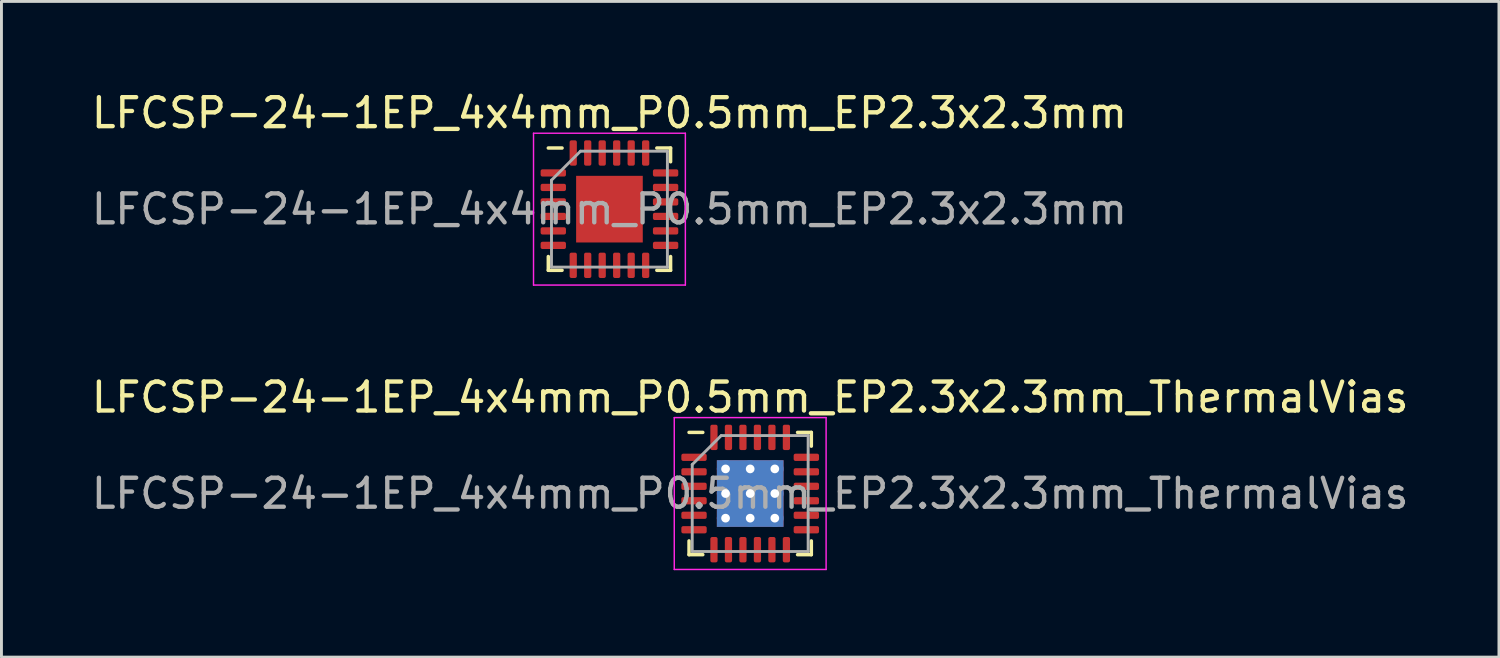
<source format=kicad_pcb>
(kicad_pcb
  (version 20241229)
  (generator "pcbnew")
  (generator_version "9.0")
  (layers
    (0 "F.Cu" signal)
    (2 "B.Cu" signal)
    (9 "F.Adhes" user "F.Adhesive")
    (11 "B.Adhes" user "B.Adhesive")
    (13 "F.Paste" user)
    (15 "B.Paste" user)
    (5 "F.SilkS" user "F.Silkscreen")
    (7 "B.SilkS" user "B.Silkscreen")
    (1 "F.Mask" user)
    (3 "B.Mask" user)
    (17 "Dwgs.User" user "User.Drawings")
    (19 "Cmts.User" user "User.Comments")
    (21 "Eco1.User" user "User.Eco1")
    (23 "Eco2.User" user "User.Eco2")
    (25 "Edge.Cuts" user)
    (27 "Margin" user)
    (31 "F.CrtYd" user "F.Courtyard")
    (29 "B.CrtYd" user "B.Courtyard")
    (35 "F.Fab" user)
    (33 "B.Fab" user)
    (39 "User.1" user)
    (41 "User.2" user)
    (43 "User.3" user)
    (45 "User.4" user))
  (footprint "LFCSP-24-1EP_4x4mm_P0.5mm_EP2.3x2.3mm_ThermalVias"
    (layer "F.Cu")
    (at 22.839 13.982)
    (property "Reference" "LFCSP-24-1EP_4x4mm_P0.5mm_EP2.3x2.3mm_ThermalVias" (at 0 -3.32 0) (layer "F.SilkS") (effects (font (size 1 1) (thickness 0.15))))
    (attr smd)
    (fp_line (start -2.11 2.11) (end -2.11 1.635) (stroke (width 0.12) (type solid)) (layer "F.SilkS"))
    (fp_line (start -1.635 -2.11) (end -2.11 -2.11) (stroke (width 0.12) (type solid)) (layer "F.SilkS"))
    (fp_line (start -1.635 2.11) (end -2.11 2.11) (stroke (width 0.12) (type solid)) (layer "F.SilkS"))
    (fp_line (start 1.635 -2.11) (end 2.11 -2.11) (stroke (width 0.12) (type solid)) (layer "F.SilkS"))
    (fp_line (start 1.635 2.11) (end 2.11 2.11) (stroke (width 0.12) (type solid)) (layer "F.SilkS"))
    (fp_line (start 2.11 -2.11) (end 2.11 -1.635) (stroke (width 0.12) (type solid)) (layer "F.SilkS"))
    (fp_line (start 2.11 2.11) (end 2.11 1.635) (stroke (width 0.12) (type solid)) (layer "F.SilkS"))
    (fp_line (start -2.62 -2.62) (end -2.62 2.62) (stroke (width 0.05) (type solid)) (layer "F.CrtYd"))
    (fp_line (start -2.62 2.62) (end 2.62 2.62) (stroke (width 0.05) (type solid)) (layer "F.CrtYd"))
    (fp_line (start 2.62 -2.62) (end -2.62 -2.62) (stroke (width 0.05) (type solid)) (layer "F.CrtYd"))
    (fp_line (start 2.62 2.62) (end 2.62 -2.62) (stroke (width 0.05) (type solid)) (layer "F.CrtYd"))
    (fp_line (start -2 -1) (end -1 -2) (stroke (width 0.1) (type solid)) (layer "F.Fab"))
    (fp_line (start -2 2) (end -2 -1) (stroke (width 0.1) (type solid)) (layer "F.Fab"))
    (fp_line (start -1 -2) (end 2 -2) (stroke (width 0.1) (type solid)) (layer "F.Fab"))
    (fp_line (start 2 -2) (end 2 2) (stroke (width 0.1) (type solid)) (layer "F.Fab"))
    (fp_line (start 2 2) (end -2 2) (stroke (width 0.1) (type solid)) (layer "F.Fab"))
    (fp_text user "${REFERENCE}" (at 0 0 0) (layer "F.Fab") (effects (font (size 1 1) (thickness 0.15))))
    (pad "" smd roundrect (at -0.575 -0.575) (size 0.96 0.96) (layers "F.Paste") (roundrect_rratio 0.25))
    (pad "" smd roundrect (at -0.575 0.575) (size 0.96 0.96) (layers "F.Paste") (roundrect_rratio 0.25))
    (pad "" smd roundrect (at 0.575 -0.575) (size 0.96 0.96) (layers "F.Paste") (roundrect_rratio 0.25))
    (pad "" smd roundrect (at 0.575 0.575) (size 0.96 0.96) (layers "F.Paste") (roundrect_rratio 0.25))
    (pad "1" smd roundrect (at -1.938 -1.25) (size 0.875 0.25) (layers "F.Cu" "F.Mask" "F.Paste") (roundrect_rratio 0.25))
    (pad "2" smd roundrect (at -1.938 -0.75) (size 0.875 0.25) (layers "F.Cu" "F.Mask" "F.Paste") (roundrect_rratio 0.25))
    (pad "3" smd roundrect (at -1.938 -0.25) (size 0.875 0.25) (layers "F.Cu" "F.Mask" "F.Paste") (roundrect_rratio 0.25))
    (pad "4" smd roundrect (at -1.938 0.25) (size 0.875 0.25) (layers "F.Cu" "F.Mask" "F.Paste") (roundrect_rratio 0.25))
    (pad "5" smd roundrect (at -1.938 0.75) (size 0.875 0.25) (layers "F.Cu" "F.Mask" "F.Paste") (roundrect_rratio 0.25))
    (pad "6" smd roundrect (at -1.938 1.25) (size 0.875 0.25) (layers "F.Cu" "F.Mask" "F.Paste") (roundrect_rratio 0.25))
    (pad "7" smd roundrect (at -1.25 1.938) (size 0.25 0.875) (layers "F.Cu" "F.Mask" "F.Paste") (roundrect_rratio 0.25))
    (pad "8" smd roundrect (at -0.75 1.938) (size 0.25 0.875) (layers "F.Cu" "F.Mask" "F.Paste") (roundrect_rratio 0.25))
    (pad "9" smd roundrect (at -0.25 1.938) (size 0.25 0.875) (layers "F.Cu" "F.Mask" "F.Paste") (roundrect_rratio 0.25))
    (pad "10" smd roundrect (at 0.25 1.938) (size 0.25 0.875) (layers "F.Cu" "F.Mask" "F.Paste") (roundrect_rratio 0.25))
    (pad "11" smd roundrect (at 0.75 1.938) (size 0.25 0.875) (layers "F.Cu" "F.Mask" "F.Paste") (roundrect_rratio 0.25))
    (pad "12" smd roundrect (at 1.25 1.938) (size 0.25 0.875) (layers "F.Cu" "F.Mask" "F.Paste") (roundrect_rratio 0.25))
    (pad "13" smd roundrect (at 1.938 1.25) (size 0.875 0.25) (layers "F.Cu" "F.Mask" "F.Paste") (roundrect_rratio 0.25))
    (pad "14" smd roundrect (at 1.938 0.75) (size 0.875 0.25) (layers "F.Cu" "F.Mask" "F.Paste") (roundrect_rratio 0.25))
    (pad "15" smd roundrect (at 1.938 0.25) (size 0.875 0.25) (layers "F.Cu" "F.Mask" "F.Paste") (roundrect_rratio 0.25))
    (pad "16" smd roundrect (at 1.938 -0.25) (size 0.875 0.25) (layers "F.Cu" "F.Mask" "F.Paste") (roundrect_rratio 0.25))
    (pad "17" smd roundrect (at 1.938 -0.75) (size 0.875 0.25) (layers "F.Cu" "F.Mask" "F.Paste") (roundrect_rratio 0.25))
    (pad "18" smd roundrect (at 1.938 -1.25) (size 0.875 0.25) (layers "F.Cu" "F.Mask" "F.Paste") (roundrect_rratio 0.25))
    (pad "19" smd roundrect (at 1.25 -1.938) (size 0.25 0.875) (layers "F.Cu" "F.Mask" "F.Paste") (roundrect_rratio 0.25))
    (pad "20" smd roundrect (at 0.75 -1.938) (size 0.25 0.875) (layers "F.Cu" "F.Mask" "F.Paste") (roundrect_rratio 0.25))
    (pad "21" smd roundrect (at 0.25 -1.938) (size 0.25 0.875) (layers "F.Cu" "F.Mask" "F.Paste") (roundrect_rratio 0.25))
    (pad "22" smd roundrect (at -0.25 -1.938) (size 0.25 0.875) (layers "F.Cu" "F.Mask" "F.Paste") (roundrect_rratio 0.25))
    (pad "23" smd roundrect (at -0.75 -1.938) (size 0.25 0.875) (layers "F.Cu" "F.Mask" "F.Paste") (roundrect_rratio 0.25))
    (pad "24" smd roundrect (at -1.25 -1.938) (size 0.25 0.875) (layers "F.Cu" "F.Mask" "F.Paste") (roundrect_rratio 0.25))
    (pad "25" thru_hole circle (at -0.85 -0.85) (size 0.6 0.6) (drill 0.3) (layers "*.Cu"))
    (pad "25" thru_hole circle (at -0.85 0) (size 0.6 0.6) (drill 0.3) (layers "*.Cu"))
    (pad "25" thru_hole circle (at -0.85 0.85) (size 0.6 0.6) (drill 0.3) (layers "*.Cu"))
    (pad "25" thru_hole circle (at 0 -0.85) (size 0.6 0.6) (drill 0.3) (layers "*.Cu"))
    (pad "25" thru_hole circle (at 0 0) (size 0.6 0.6) (drill 0.3) (layers "*.Cu"))
    (pad "25" smd rect (at 0 0) (size 2.3 2.3) (layers "F.Cu" "F.Mask"))
    (pad "25" smd rect (at 0 0) (size 2.3 2.3) (layers "B.Cu"))
    (pad "25" thru_hole circle (at 0 0.85) (size 0.6 0.6) (drill 0.3) (layers "*.Cu"))
    (pad "25" thru_hole circle (at 0.85 -0.85) (size 0.6 0.6) (drill 0.3) (layers "*.Cu"))
    (pad "25" thru_hole circle (at 0.85 0) (size 0.6 0.6) (drill 0.3) (layers "*.Cu"))
    (pad "25" thru_hole circle (at 0.85 0.85) (size 0.6 0.6) (drill 0.3) (layers "*.Cu")))
  (footprint "LFCSP-24-1EP_4x4mm_P0.5mm_EP2.3x2.3mm"
    (layer "F.Cu")
    (at 17.982 4.168)
    (property "Reference" "LFCSP-24-1EP_4x4mm_P0.5mm_EP2.3x2.3mm" (at 0 -3.32 0) (layer "F.SilkS") (effects (font (size 1 1) (thickness 0.15))))
    (attr smd)
    (fp_line (start -2.11 2.11) (end -2.11 1.635) (stroke (width 0.12) (type solid)) (layer "F.SilkS"))
    (fp_line (start -1.635 -2.11) (end -2.11 -2.11) (stroke (width 0.12) (type solid)) (layer "F.SilkS"))
    (fp_line (start -1.635 2.11) (end -2.11 2.11) (stroke (width 0.12) (type solid)) (layer "F.SilkS"))
    (fp_line (start 1.635 -2.11) (end 2.11 -2.11) (stroke (width 0.12) (type solid)) (layer "F.SilkS"))
    (fp_line (start 1.635 2.11) (end 2.11 2.11) (stroke (width 0.12) (type solid)) (layer "F.SilkS"))
    (fp_line (start 2.11 -2.11) (end 2.11 -1.635) (stroke (width 0.12) (type solid)) (layer "F.SilkS"))
    (fp_line (start 2.11 2.11) (end 2.11 1.635) (stroke (width 0.12) (type solid)) (layer "F.SilkS"))
    (fp_line (start -2.62 -2.62) (end -2.62 2.62) (stroke (width 0.05) (type solid)) (layer "F.CrtYd"))
    (fp_line (start -2.62 2.62) (end 2.62 2.62) (stroke (width 0.05) (type solid)) (layer "F.CrtYd"))
    (fp_line (start 2.62 -2.62) (end -2.62 -2.62) (stroke (width 0.05) (type solid)) (layer "F.CrtYd"))
    (fp_line (start 2.62 2.62) (end 2.62 -2.62) (stroke (width 0.05) (type solid)) (layer "F.CrtYd"))
    (fp_line (start -2 -1) (end -1 -2) (stroke (width 0.1) (type solid)) (layer "F.Fab"))
    (fp_line (start -2 2) (end -2 -1) (stroke (width 0.1) (type solid)) (layer "F.Fab"))
    (fp_line (start -1 -2) (end 2 -2) (stroke (width 0.1) (type solid)) (layer "F.Fab"))
    (fp_line (start 2 -2) (end 2 2) (stroke (width 0.1) (type solid)) (layer "F.Fab"))
    (fp_line (start 2 2) (end -2 2) (stroke (width 0.1) (type solid)) (layer "F.Fab"))
    (fp_text user "${REFERENCE}" (at 0 0 0) (layer "F.Fab") (effects (font (size 1 1) (thickness 0.15))))
    (pad "" smd roundrect (at -0.575 -0.575) (size 0.93 0.93) (layers "F.Paste") (roundrect_rratio 0.25))
    (pad "" smd roundrect (at -0.575 0.575) (size 0.93 0.93) (layers "F.Paste") (roundrect_rratio 0.25))
    (pad "" smd roundrect (at 0.575 -0.575) (size 0.93 0.93) (layers "F.Paste") (roundrect_rratio 0.25))
    (pad "" smd roundrect (at 0.575 0.575) (size 0.93 0.93) (layers "F.Paste") (roundrect_rratio 0.25))
    (pad "1" smd roundrect (at -1.938 -1.25) (size 0.875 0.25) (layers "F.Cu" "F.Mask" "F.Paste") (roundrect_rratio 0.25))
    (pad "2" smd roundrect (at -1.938 -0.75) (size 0.875 0.25) (layers "F.Cu" "F.Mask" "F.Paste") (roundrect_rratio 0.25))
    (pad "3" smd roundrect (at -1.938 -0.25) (size 0.875 0.25) (layers "F.Cu" "F.Mask" "F.Paste") (roundrect_rratio 0.25))
    (pad "4" smd roundrect (at -1.938 0.25) (size 0.875 0.25) (layers "F.Cu" "F.Mask" "F.Paste") (roundrect_rratio 0.25))
    (pad "5" smd roundrect (at -1.938 0.75) (size 0.875 0.25) (layers "F.Cu" "F.Mask" "F.Paste") (roundrect_rratio 0.25))
    (pad "6" smd roundrect (at -1.938 1.25) (size 0.875 0.25) (layers "F.Cu" "F.Mask" "F.Paste") (roundrect_rratio 0.25))
    (pad "7" smd roundrect (at -1.25 1.938) (size 0.25 0.875) (layers "F.Cu" "F.Mask" "F.Paste") (roundrect_rratio 0.25))
    (pad "8" smd roundrect (at -0.75 1.938) (size 0.25 0.875) (layers "F.Cu" "F.Mask" "F.Paste") (roundrect_rratio 0.25))
    (pad "9" smd roundrect (at -0.25 1.938) (size 0.25 0.875) (layers "F.Cu" "F.Mask" "F.Paste") (roundrect_rratio 0.25))
    (pad "10" smd roundrect (at 0.25 1.938) (size 0.25 0.875) (layers "F.Cu" "F.Mask" "F.Paste") (roundrect_rratio 0.25))
    (pad "11" smd roundrect (at 0.75 1.938) (size 0.25 0.875) (layers "F.Cu" "F.Mask" "F.Paste") (roundrect_rratio 0.25))
    (pad "12" smd roundrect (at 1.25 1.938) (size 0.25 0.875) (layers "F.Cu" "F.Mask" "F.Paste") (roundrect_rratio 0.25))
    (pad "13" smd roundrect (at 1.938 1.25) (size 0.875 0.25) (layers "F.Cu" "F.Mask" "F.Paste") (roundrect_rratio 0.25))
    (pad "14" smd roundrect (at 1.938 0.75) (size 0.875 0.25) (layers "F.Cu" "F.Mask" "F.Paste") (roundrect_rratio 0.25))
    (pad "15" smd roundrect (at 1.938 0.25) (size 0.875 0.25) (layers "F.Cu" "F.Mask" "F.Paste") (roundrect_rratio 0.25))
    (pad "16" smd roundrect (at 1.938 -0.25) (size 0.875 0.25) (layers "F.Cu" "F.Mask" "F.Paste") (roundrect_rratio 0.25))
    (pad "17" smd roundrect (at 1.938 -0.75) (size 0.875 0.25) (layers "F.Cu" "F.Mask" "F.Paste") (roundrect_rratio 0.25))
    (pad "18" smd roundrect (at 1.938 -1.25) (size 0.875 0.25) (layers "F.Cu" "F.Mask" "F.Paste") (roundrect_rratio 0.25))
    (pad "19" smd roundrect (at 1.25 -1.938) (size 0.25 0.875) (layers "F.Cu" "F.Mask" "F.Paste") (roundrect_rratio 0.25))
    (pad "20" smd roundrect (at 0.75 -1.938) (size 0.25 0.875) (layers "F.Cu" "F.Mask" "F.Paste") (roundrect_rratio 0.25))
    (pad "21" smd roundrect (at 0.25 -1.938) (size 0.25 0.875) (layers "F.Cu" "F.Mask" "F.Paste") (roundrect_rratio 0.25))
    (pad "22" smd roundrect (at -0.25 -1.938) (size 0.25 0.875) (layers "F.Cu" "F.Mask" "F.Paste") (roundrect_rratio 0.25))
    (pad "23" smd roundrect (at -0.75 -1.938) (size 0.25 0.875) (layers "F.Cu" "F.Mask" "F.Paste") (roundrect_rratio 0.25))
    (pad "24" smd roundrect (at -1.25 -1.938) (size 0.25 0.875) (layers "F.Cu" "F.Mask" "F.Paste") (roundrect_rratio 0.25))
    (pad "25" smd rect (at 0 0) (size 2.3 2.3) (layers "F.Cu" "F.Mask")))
  (gr_rect
    (start -3 -3)
    (end 48.679 19.627)
    (stroke (width 0.1) (type default))
    (fill no)
    (layer "Edge.Cuts")))
</source>
